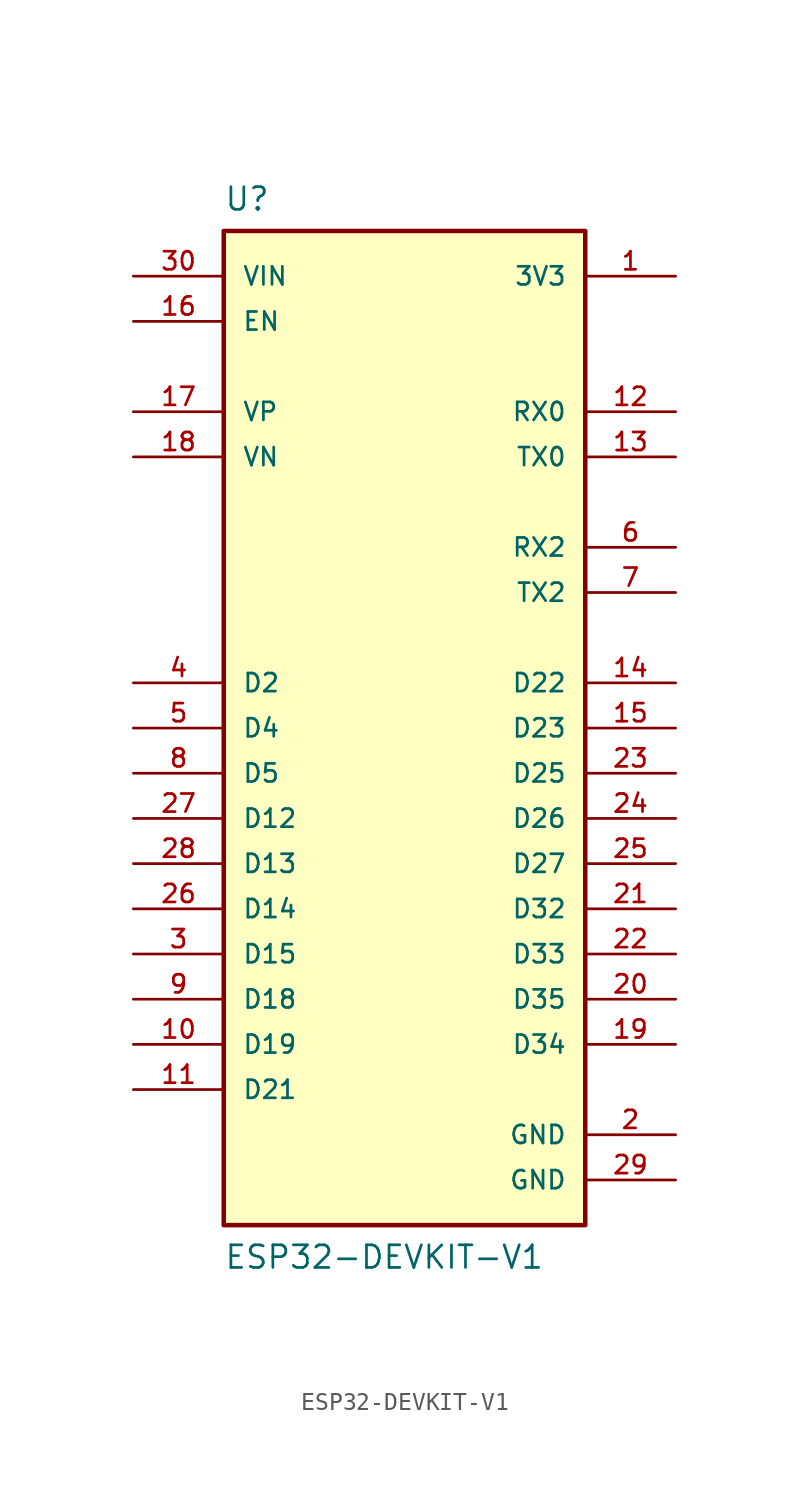
<source format=kicad_sym>
(kicad_symbol_lib
  (version 20220914)
  (generator kicad_symbol_editor)
  (symbol "ESP32-DEVKIT-V1"
    (pin_names
      (offset 1.016))
    (property "Reference" "U"
      (at -10.16 30.48 0)
      (effects (font (size 1.27 1.27)) (justify left top)))
    (property "Value" "ESP32-DEVKIT-V1"
      (at -10.16 -30.48 0)
      (effects (font (size 1.27 1.27)) (justify left bottom)))
    (symbol "ESP32-DEVKIT-V1_0_0"
      (rectangle (start -10.16 -27.94) (end 10.16 27.94) (stroke (width 0.254) (type default)) (fill (type background)))
      (pin output line (at 15.24 25.4 180) (length 5.08) (name "3V3" (effects (font (size 1.016 1.016)))) (number "1" (effects (font (size 1.016 1.016)))))
      (pin bidirectional line (at -15.24 -17.78 0) (length 5.08) (name "D19" (effects (font (size 1.016 1.016)))) (number "10" (effects (font (size 1.016 1.016)))))
      (pin bidirectional line (at -15.24 -20.32 0) (length 5.08) (name "D21" (effects (font (size 1.016 1.016)))) (number "11" (effects (font (size 1.016 1.016)))))
      (pin input line (at 15.24 17.78 180) (length 5.08) (name "RX0" (effects (font (size 1.016 1.016)))) (number "12" (effects (font (size 1.016 1.016)))))
      (pin output line (at 15.24 15.24 180) (length 5.08) (name "TX0" (effects (font (size 1.016 1.016)))) (number "13" (effects (font (size 1.016 1.016)))))
      (pin bidirectional line (at 15.24 2.54 180) (length 5.08) (name "D22" (effects (font (size 1.016 1.016)))) (number "14" (effects (font (size 1.016 1.016)))))
      (pin bidirectional line (at 15.24 0 180) (length 5.08) (name "D23" (effects (font (size 1.016 1.016)))) (number "15" (effects (font (size 1.016 1.016)))))
      (pin input line (at -15.24 22.86 0) (length 5.08) (name "EN" (effects (font (size 1.016 1.016)))) (number "16" (effects (font (size 1.016 1.016)))))
      (pin bidirectional line (at -15.24 17.78 0) (length 5.08) (name "VP" (effects (font (size 1.016 1.016)))) (number "17" (effects (font (size 1.016 1.016)))))
      (pin bidirectional line (at -15.24 15.24 0) (length 5.08) (name "VN" (effects (font (size 1.016 1.016)))) (number "18" (effects (font (size 1.016 1.016)))))
      (pin bidirectional line (at 15.24 -17.78 180) (length 5.08) (name "D34" (effects (font (size 1.016 1.016)))) (number "19" (effects (font (size 1.016 1.016)))))
      (pin power_in line (at 15.24 -22.86 180) (length 5.08) (name "GND" (effects (font (size 1.016 1.016)))) (number "2" (effects (font (size 1.016 1.016)))))
      (pin bidirectional line (at 15.24 -15.24 180) (length 5.08) (name "D35" (effects (font (size 1.016 1.016)))) (number "20" (effects (font (size 1.016 1.016)))))
      (pin bidirectional line (at 15.24 -10.16 180) (length 5.08) (name "D32" (effects (font (size 1.016 1.016)))) (number "21" (effects (font (size 1.016 1.016)))))
      (pin bidirectional line (at 15.24 -12.7 180) (length 5.08) (name "D33" (effects (font (size 1.016 1.016)))) (number "22" (effects (font (size 1.016 1.016)))))
      (pin bidirectional line (at 15.24 -2.54 180) (length 5.08) (name "D25" (effects (font (size 1.016 1.016)))) (number "23" (effects (font (size 1.016 1.016)))))
      (pin bidirectional line (at 15.24 -5.08 180) (length 5.08) (name "D26" (effects (font (size 1.016 1.016)))) (number "24" (effects (font (size 1.016 1.016)))))
      (pin bidirectional line (at 15.24 -7.62 180) (length 5.08) (name "D27" (effects (font (size 1.016 1.016)))) (number "25" (effects (font (size 1.016 1.016)))))
      (pin bidirectional line (at -15.24 -10.16 0) (length 5.08) (name "D14" (effects (font (size 1.016 1.016)))) (number "26" (effects (font (size 1.016 1.016)))))
      (pin bidirectional line (at -15.24 -5.08 0) (length 5.08) (name "D12" (effects (font (size 1.016 1.016)))) (number "27" (effects (font (size 1.016 1.016)))))
      (pin bidirectional line (at -15.24 -7.62 0) (length 5.08) (name "D13" (effects (font (size 1.016 1.016)))) (number "28" (effects (font (size 1.016 1.016)))))
      (pin power_in line (at 15.24 -25.4 180) (length 5.08) (name "GND" (effects (font (size 1.016 1.016)))) (number "29" (effects (font (size 1.016 1.016)))))
      (pin bidirectional line (at -15.24 -12.7 0) (length 5.08) (name "D15" (effects (font (size 1.016 1.016)))) (number "3" (effects (font (size 1.016 1.016)))))
      (pin input line (at -15.24 25.4 0) (length 5.08) (name "VIN" (effects (font (size 1.016 1.016)))) (number "30" (effects (font (size 1.016 1.016)))))
      (pin bidirectional line (at -15.24 2.54 0) (length 5.08) (name "D2" (effects (font (size 1.016 1.016)))) (number "4" (effects (font (size 1.016 1.016)))))
      (pin bidirectional line (at -15.24 0 0) (length 5.08) (name "D4" (effects (font (size 1.016 1.016)))) (number "5" (effects (font (size 1.016 1.016)))))
      (pin input line (at 15.24 10.16 180) (length 5.08) (name "RX2" (effects (font (size 1.016 1.016)))) (number "6" (effects (font (size 1.016 1.016)))))
      (pin output line (at 15.24 7.62 180) (length 5.08) (name "TX2" (effects (font (size 1.016 1.016)))) (number "7" (effects (font (size 1.016 1.016)))))
      (pin bidirectional line (at -15.24 -2.54 0) (length 5.08) (name "D5" (effects (font (size 1.016 1.016)))) (number "8" (effects (font (size 1.016 1.016)))))
      (pin bidirectional line (at -15.24 -15.24 0) (length 5.08) (name "D18" (effects (font (size 1.016 1.016)))) (number "9" (effects (font (size 1.016 1.016))))))))
</source>
